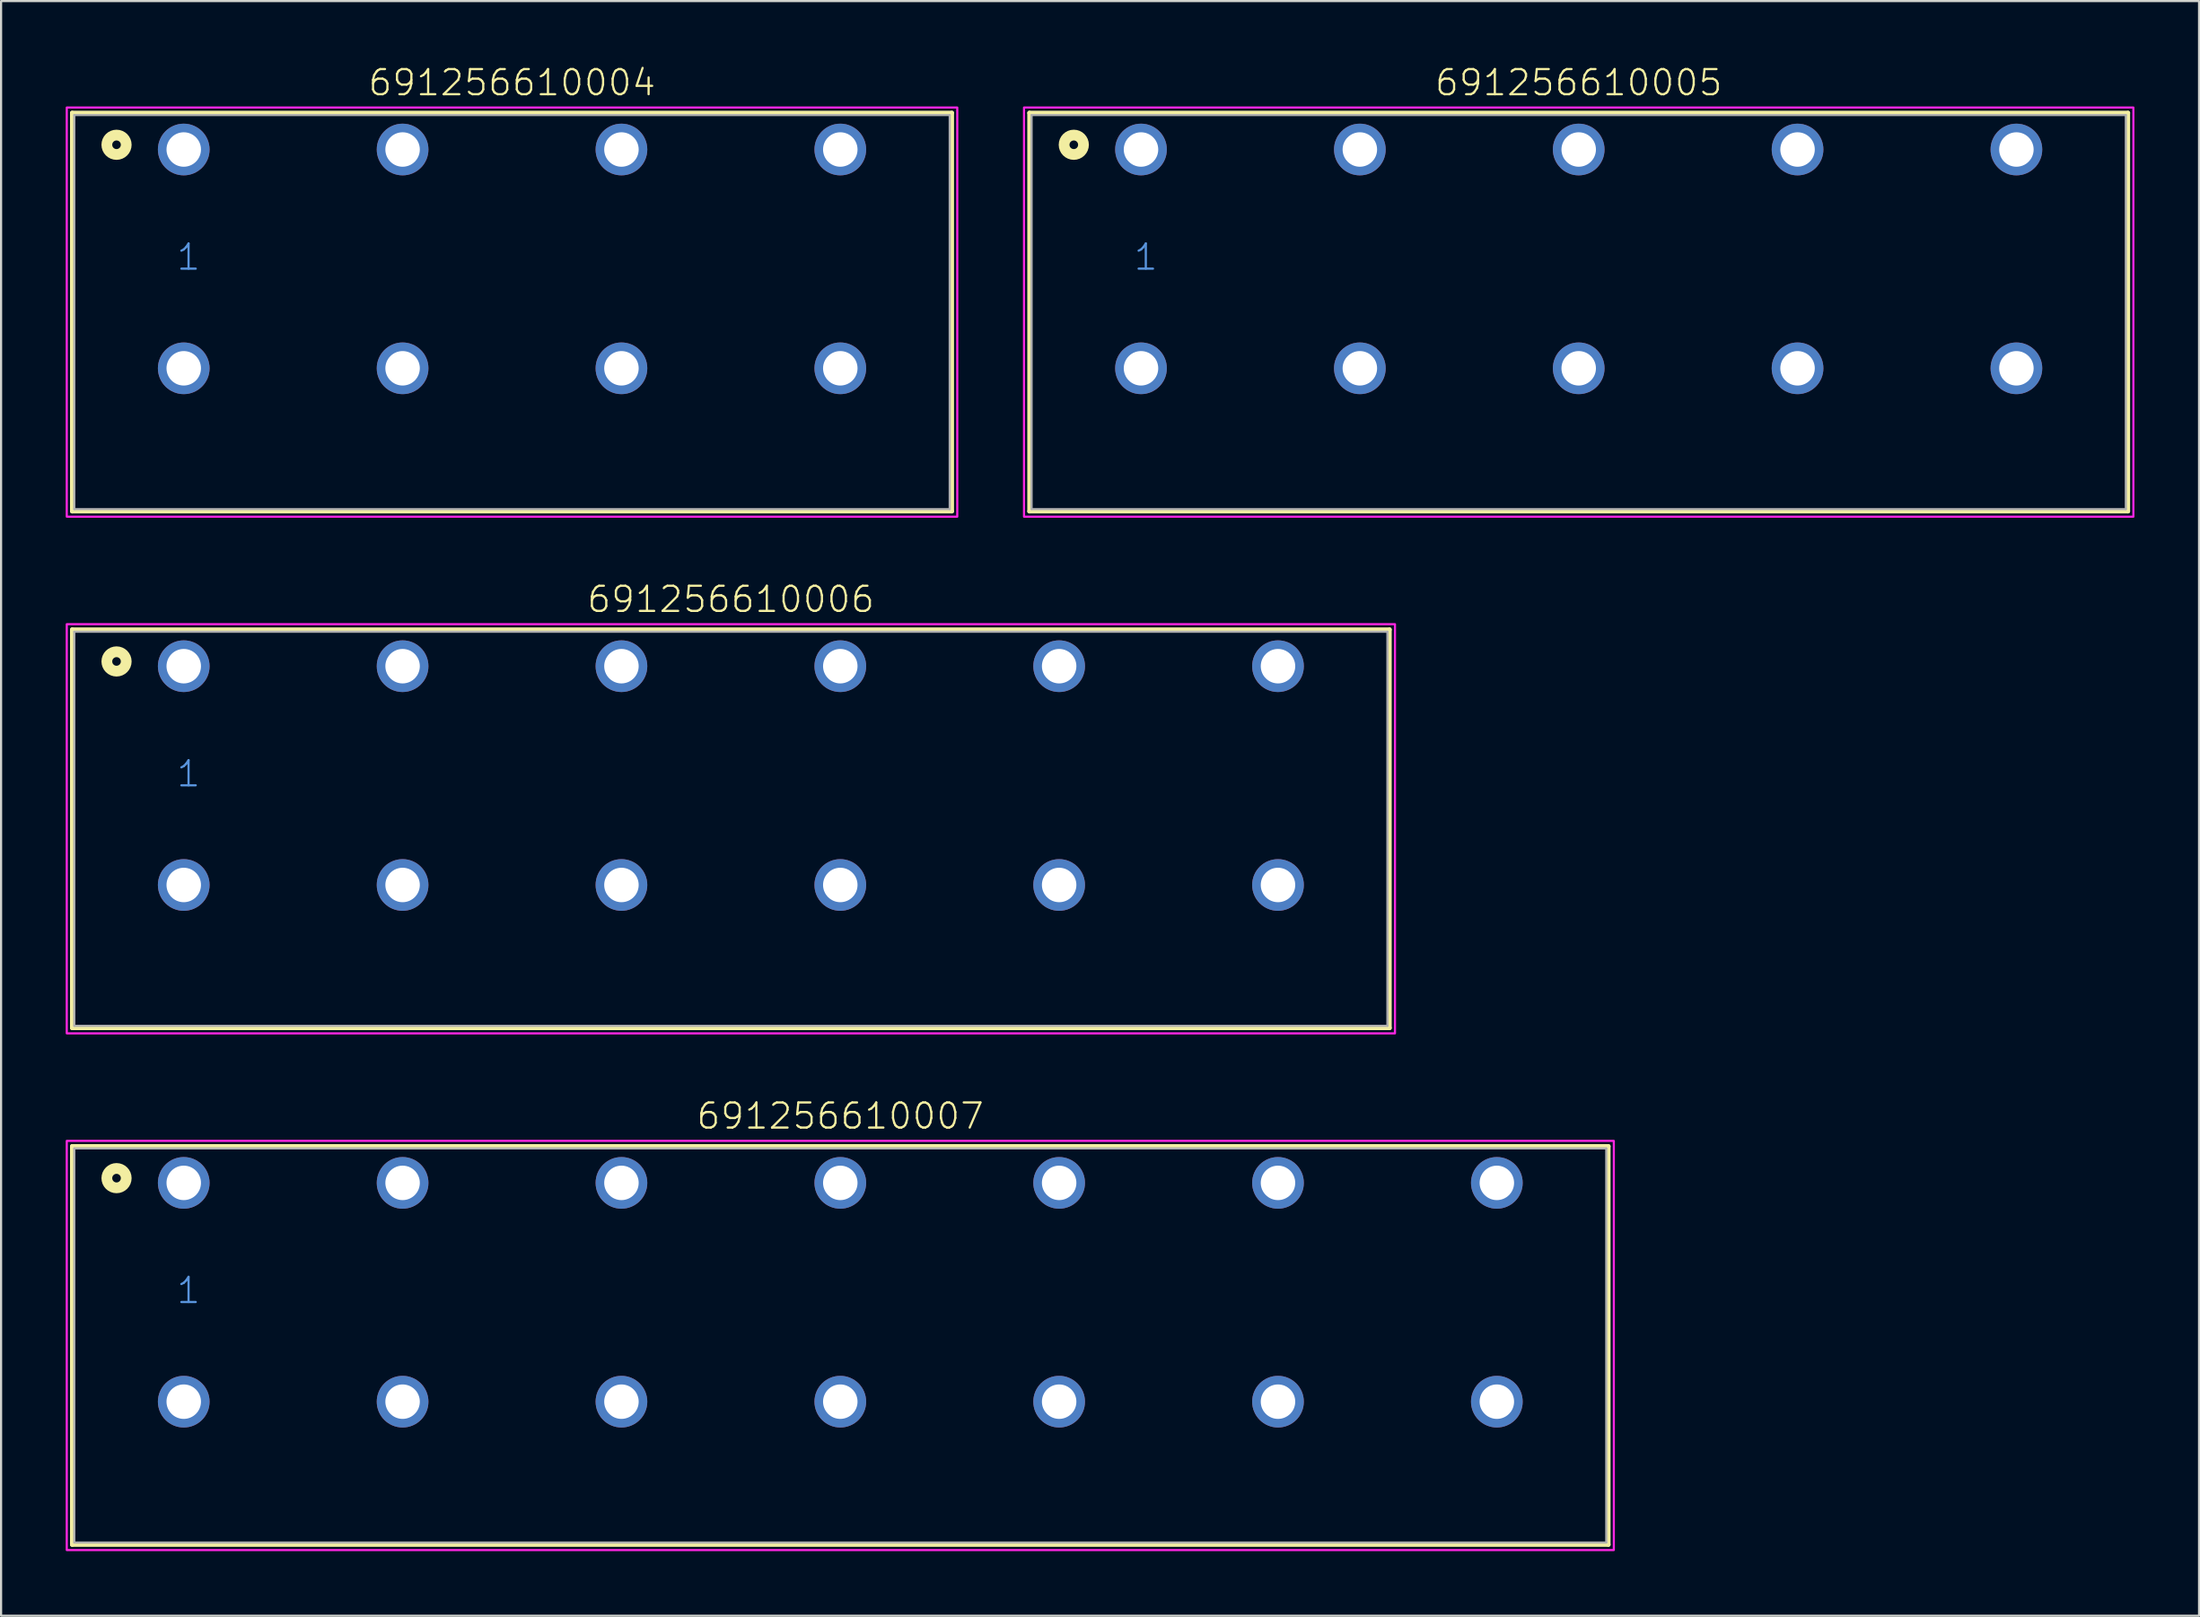
<source format=kicad_pcb>
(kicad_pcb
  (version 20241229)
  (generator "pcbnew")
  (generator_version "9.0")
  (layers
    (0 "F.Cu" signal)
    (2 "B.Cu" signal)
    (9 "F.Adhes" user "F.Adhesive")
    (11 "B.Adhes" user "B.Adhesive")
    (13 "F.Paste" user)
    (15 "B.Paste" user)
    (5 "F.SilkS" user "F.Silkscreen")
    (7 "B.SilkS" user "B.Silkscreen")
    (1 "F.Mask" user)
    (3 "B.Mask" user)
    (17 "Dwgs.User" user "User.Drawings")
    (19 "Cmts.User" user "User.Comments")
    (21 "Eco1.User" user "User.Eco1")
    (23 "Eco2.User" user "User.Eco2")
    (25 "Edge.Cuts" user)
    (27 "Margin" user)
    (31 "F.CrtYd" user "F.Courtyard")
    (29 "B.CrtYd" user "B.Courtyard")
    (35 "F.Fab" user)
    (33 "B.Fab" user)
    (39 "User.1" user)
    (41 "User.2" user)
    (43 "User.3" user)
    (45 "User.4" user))
  (footprint "691256610006"
    (layer "F.Cu")
    (at 30.88 32.966)
    (property "Reference" "691256610006" (at 0 -7.5 0) (unlocked yes) (layer "F.SilkS") (effects (font (size 1.168 1.168) (thickness 0.102)) (justify bottom)))
    (fp_line (start -30.58 -6.78) (end 30.58 -6.78) (stroke (width 0.2) (type solid)) (layer "F.SilkS"))
    (fp_line (start -30.58 11.72) (end -30.58 -6.78) (stroke (width 0.2) (type solid)) (layer "F.SilkS"))
    (fp_line (start 30.58 -6.78) (end 30.58 11.72) (stroke (width 0.2) (type solid)) (layer "F.SilkS"))
    (fp_line (start 30.58 11.72) (end -30.58 11.72) (stroke (width 0.2) (type solid)) (layer "F.SilkS"))
    (fp_circle (center -28.52 -5.3) (end -28.32 -5.3) (stroke (width 0.5) (type solid)) (fill no) (layer "F.SilkS"))
    (fp_poly (pts (xy 30.83 11.97) (xy -30.83 11.97) (xy -30.83 -7.03) (xy 30.83 -7.03)) (stroke (width 0.1) (type default)) (fill no) (layer "F.CrtYd"))
    (fp_line (start -30.48 -6.68) (end 30.48 -6.68) (stroke (width 0.1) (type solid)) (layer "F.Fab"))
    (fp_line (start -30.48 11.62) (end -30.48 -6.68) (stroke (width 0.1) (type solid)) (layer "F.Fab"))
    (fp_line (start 30.48 -6.68) (end 30.48 11.62) (stroke (width 0.1) (type solid)) (layer "F.Fab"))
    (fp_line (start 30.48 11.62) (end -30.48 11.62) (stroke (width 0.1) (type solid)) (layer "F.Fab"))
    (fp_text user "1" (at -25.8 0.6 0) (unlocked yes) (layer "Cmts.User") (effects (font (size 1.168 1.168) (thickness 0.102)) (justify left bottom)))
    (pad "1" thru_hole circle (at -25.4 -5.08) (size 2.4 2.4) (drill 1.6) (layers "*.Cu" "*.Mask"))
    (pad "2" thru_hole circle (at -15.24 -5.08) (size 2.4 2.4) (drill 1.6) (layers "*.Cu" "*.Mask"))
    (pad "3" thru_hole circle (at -5.08 -5.08) (size 2.4 2.4) (drill 1.6) (layers "*.Cu" "*.Mask"))
    (pad "4" thru_hole circle (at 5.08 -5.08) (size 2.4 2.4) (drill 1.6) (layers "*.Cu" "*.Mask"))
    (pad "5" thru_hole circle (at 15.24 -5.08) (size 2.4 2.4) (drill 1.6) (layers "*.Cu" "*.Mask"))
    (pad "6" thru_hole circle (at 25.4 -5.08) (size 2.4 2.4) (drill 1.6) (layers "*.Cu" "*.Mask"))
    (pad "A1" thru_hole circle (at -25.4 5.08) (size 2.4 2.4) (drill 1.6) (layers "*.Cu" "*.Mask"))
    (pad "A2" thru_hole circle (at -15.24 5.08) (size 2.4 2.4) (drill 1.6) (layers "*.Cu" "*.Mask"))
    (pad "A3" thru_hole circle (at -5.08 5.08) (size 2.4 2.4) (drill 1.6) (layers "*.Cu" "*.Mask"))
    (pad "A4" thru_hole circle (at 5.08 5.08) (size 2.4 2.4) (drill 1.6) (layers "*.Cu" "*.Mask"))
    (pad "A5" thru_hole circle (at 15.24 5.08) (size 2.4 2.4) (drill 1.6) (layers "*.Cu" "*.Mask"))
    (pad "A6" thru_hole circle (at 25.4 5.08) (size 2.4 2.4) (drill 1.6) (layers "*.Cu" "*.Mask")))
  (footprint "691256610007"
    (layer "F.Cu")
    (at 35.96 56.96)
    (property "Reference" "691256610007" (at 0 -7.5 0) (unlocked yes) (layer "F.SilkS") (effects (font (size 1.168 1.168) (thickness 0.102)) (justify bottom)))
    (fp_line (start -35.66 -6.78) (end 35.66 -6.78) (stroke (width 0.2) (type solid)) (layer "F.SilkS"))
    (fp_line (start -35.66 11.72) (end -35.66 -6.78) (stroke (width 0.2) (type solid)) (layer "F.SilkS"))
    (fp_line (start 35.66 -6.78) (end 35.66 11.72) (stroke (width 0.2) (type solid)) (layer "F.SilkS"))
    (fp_line (start 35.66 11.72) (end -35.66 11.72) (stroke (width 0.2) (type solid)) (layer "F.SilkS"))
    (fp_circle (center -33.6 -5.3) (end -33.4 -5.3) (stroke (width 0.5) (type solid)) (fill no) (layer "F.SilkS"))
    (fp_poly (pts (xy 35.91 11.97) (xy -35.91 11.97) (xy -35.91 -7.03) (xy 35.91 -7.03)) (stroke (width 0.1) (type default)) (fill no) (layer "F.CrtYd"))
    (fp_line (start -35.56 -6.68) (end 35.56 -6.68) (stroke (width 0.1) (type solid)) (layer "F.Fab"))
    (fp_line (start -35.56 11.62) (end -35.56 -6.68) (stroke (width 0.1) (type solid)) (layer "F.Fab"))
    (fp_line (start 35.56 -6.68) (end 35.56 11.62) (stroke (width 0.1) (type solid)) (layer "F.Fab"))
    (fp_line (start 35.56 11.62) (end -35.56 11.62) (stroke (width 0.1) (type solid)) (layer "F.Fab"))
    (fp_text user "1" (at -30.88 0.6 0) (unlocked yes) (layer "Cmts.User") (effects (font (size 1.168 1.168) (thickness 0.102)) (justify left bottom)))
    (pad "1" thru_hole circle (at -30.48 -5.08) (size 2.4 2.4) (drill 1.6) (layers "*.Cu" "*.Mask"))
    (pad "2" thru_hole circle (at -20.32 -5.08) (size 2.4 2.4) (drill 1.6) (layers "*.Cu" "*.Mask"))
    (pad "3" thru_hole circle (at -10.16 -5.08) (size 2.4 2.4) (drill 1.6) (layers "*.Cu" "*.Mask"))
    (pad "4" thru_hole circle (at 0 -5.08) (size 2.4 2.4) (drill 1.6) (layers "*.Cu" "*.Mask"))
    (pad "5" thru_hole circle (at 10.16 -5.08) (size 2.4 2.4) (drill 1.6) (layers "*.Cu" "*.Mask"))
    (pad "6" thru_hole circle (at 20.32 -5.08) (size 2.4 2.4) (drill 1.6) (layers "*.Cu" "*.Mask"))
    (pad "7" thru_hole circle (at 30.48 -5.08) (size 2.4 2.4) (drill 1.6) (layers "*.Cu" "*.Mask"))
    (pad "A1" thru_hole circle (at -30.48 5.08) (size 2.4 2.4) (drill 1.6) (layers "*.Cu" "*.Mask"))
    (pad "A2" thru_hole circle (at -20.32 5.08) (size 2.4 2.4) (drill 1.6) (layers "*.Cu" "*.Mask"))
    (pad "A3" thru_hole circle (at -10.16 5.08) (size 2.4 2.4) (drill 1.6) (layers "*.Cu" "*.Mask"))
    (pad "A4" thru_hole circle (at 0 5.08) (size 2.4 2.4) (drill 1.6) (layers "*.Cu" "*.Mask"))
    (pad "A5" thru_hole circle (at 10.16 5.08) (size 2.4 2.4) (drill 1.6) (layers "*.Cu" "*.Mask"))
    (pad "A6" thru_hole circle (at 20.32 5.08) (size 2.4 2.4) (drill 1.6) (layers "*.Cu" "*.Mask"))
    (pad "A7" thru_hole circle (at 30.48 5.08) (size 2.4 2.4) (drill 1.6) (layers "*.Cu" "*.Mask")))
  (footprint "691256610005"
    (layer "F.Cu")
    (at 70.24 8.973)
    (property "Reference" "691256610005" (at 0 -7.5 0) (unlocked yes) (layer "F.SilkS") (effects (font (size 1.168 1.168) (thickness 0.102)) (justify bottom)))
    (fp_line (start -25.5 -6.78) (end 25.5 -6.78) (stroke (width 0.2) (type solid)) (layer "F.SilkS"))
    (fp_line (start -25.5 11.72) (end -25.5 -6.78) (stroke (width 0.2) (type solid)) (layer "F.SilkS"))
    (fp_line (start 25.5 -6.78) (end 25.5 11.72) (stroke (width 0.2) (type solid)) (layer "F.SilkS"))
    (fp_line (start 25.5 11.72) (end -25.5 11.72) (stroke (width 0.2) (type solid)) (layer "F.SilkS"))
    (fp_circle (center -23.44 -5.3) (end -23.24 -5.3) (stroke (width 0.5) (type solid)) (fill no) (layer "F.SilkS"))
    (fp_poly (pts (xy 25.75 11.97) (xy -25.75 11.97) (xy -25.75 -7.03) (xy 25.75 -7.03)) (stroke (width 0.1) (type default)) (fill no) (layer "F.CrtYd"))
    (fp_line (start -25.4 -6.68) (end 25.4 -6.68) (stroke (width 0.1) (type solid)) (layer "F.Fab"))
    (fp_line (start -25.4 11.62) (end -25.4 -6.68) (stroke (width 0.1) (type solid)) (layer "F.Fab"))
    (fp_line (start 25.4 -6.68) (end 25.4 11.62) (stroke (width 0.1) (type solid)) (layer "F.Fab"))
    (fp_line (start 25.4 11.62) (end -25.4 11.62) (stroke (width 0.1) (type solid)) (layer "F.Fab"))
    (fp_text user "1" (at -20.72 0.6 0) (unlocked yes) (layer "Cmts.User") (effects (font (size 1.168 1.168) (thickness 0.102)) (justify left bottom)))
    (pad "1" thru_hole circle (at -20.32 -5.08) (size 2.4 2.4) (drill 1.6) (layers "*.Cu" "*.Mask"))
    (pad "2" thru_hole circle (at -10.16 -5.08) (size 2.4 2.4) (drill 1.6) (layers "*.Cu" "*.Mask"))
    (pad "3" thru_hole circle (at 0 -5.08) (size 2.4 2.4) (drill 1.6) (layers "*.Cu" "*.Mask"))
    (pad "4" thru_hole circle (at 10.16 -5.08) (size 2.4 2.4) (drill 1.6) (layers "*.Cu" "*.Mask"))
    (pad "5" thru_hole circle (at 20.32 -5.08) (size 2.4 2.4) (drill 1.6) (layers "*.Cu" "*.Mask"))
    (pad "A1" thru_hole circle (at -20.32 5.08) (size 2.4 2.4) (drill 1.6) (layers "*.Cu" "*.Mask"))
    (pad "A2" thru_hole circle (at -10.16 5.08) (size 2.4 2.4) (drill 1.6) (layers "*.Cu" "*.Mask"))
    (pad "A3" thru_hole circle (at 0 5.08) (size 2.4 2.4) (drill 1.6) (layers "*.Cu" "*.Mask"))
    (pad "A4" thru_hole circle (at 10.16 5.08) (size 2.4 2.4) (drill 1.6) (layers "*.Cu" "*.Mask"))
    (pad "A5" thru_hole circle (at 20.32 5.08) (size 2.4 2.4) (drill 1.6) (layers "*.Cu" "*.Mask")))
  (footprint "691256610004"
    (layer "F.Cu")
    (at 20.72 8.973)
    (property "Reference" "691256610004" (at 0 -7.5 0) (unlocked yes) (layer "F.SilkS") (effects (font (size 1.168 1.168) (thickness 0.102)) (justify bottom)))
    (fp_line (start -20.42 -6.78) (end 20.42 -6.78) (stroke (width 0.2) (type solid)) (layer "F.SilkS"))
    (fp_line (start -20.42 11.72) (end -20.42 -6.78) (stroke (width 0.2) (type solid)) (layer "F.SilkS"))
    (fp_line (start 20.42 -6.78) (end 20.42 11.72) (stroke (width 0.2) (type solid)) (layer "F.SilkS"))
    (fp_line (start 20.42 11.72) (end -20.42 11.72) (stroke (width 0.2) (type solid)) (layer "F.SilkS"))
    (fp_circle (center -18.36 -5.3) (end -18.16 -5.3) (stroke (width 0.5) (type solid)) (fill no) (layer "F.SilkS"))
    (fp_poly (pts (xy 20.67 11.97) (xy -20.67 11.97) (xy -20.67 -7.03) (xy 20.67 -7.03)) (stroke (width 0.1) (type default)) (fill no) (layer "F.CrtYd"))
    (fp_line (start -20.32 -6.68) (end 20.32 -6.68) (stroke (width 0.1) (type solid)) (layer "F.Fab"))
    (fp_line (start -20.32 11.62) (end -20.32 -6.68) (stroke (width 0.1) (type solid)) (layer "F.Fab"))
    (fp_line (start 20.32 -6.68) (end 20.32 11.62) (stroke (width 0.1) (type solid)) (layer "F.Fab"))
    (fp_line (start 20.32 11.62) (end -20.32 11.62) (stroke (width 0.1) (type solid)) (layer "F.Fab"))
    (fp_text user "1" (at -15.64 0.6 0) (unlocked yes) (layer "Cmts.User") (effects (font (size 1.168 1.168) (thickness 0.102)) (justify left bottom)))
    (pad "1" thru_hole circle (at -15.24 -5.08) (size 2.4 2.4) (drill 1.6) (layers "*.Cu" "*.Mask"))
    (pad "2" thru_hole circle (at -5.08 -5.08) (size 2.4 2.4) (drill 1.6) (layers "*.Cu" "*.Mask"))
    (pad "3" thru_hole circle (at 5.08 -5.08) (size 2.4 2.4) (drill 1.6) (layers "*.Cu" "*.Mask"))
    (pad "4" thru_hole circle (at 15.24 -5.08) (size 2.4 2.4) (drill 1.6) (layers "*.Cu" "*.Mask"))
    (pad "A1" thru_hole circle (at -15.24 5.08) (size 2.4 2.4) (drill 1.6) (layers "*.Cu" "*.Mask"))
    (pad "A2" thru_hole circle (at -5.08 5.08) (size 2.4 2.4) (drill 1.6) (layers "*.Cu" "*.Mask"))
    (pad "A3" thru_hole circle (at 5.08 5.08) (size 2.4 2.4) (drill 1.6) (layers "*.Cu" "*.Mask"))
    (pad "A4" thru_hole circle (at 15.24 5.08) (size 2.4 2.4) (drill 1.6) (layers "*.Cu" "*.Mask")))
  (gr_rect
    (start -3 -3)
    (end 99.04 71.98)
    (stroke (width 0.1) (type default))
    (fill no)
    (layer "Edge.Cuts")))
</source>
